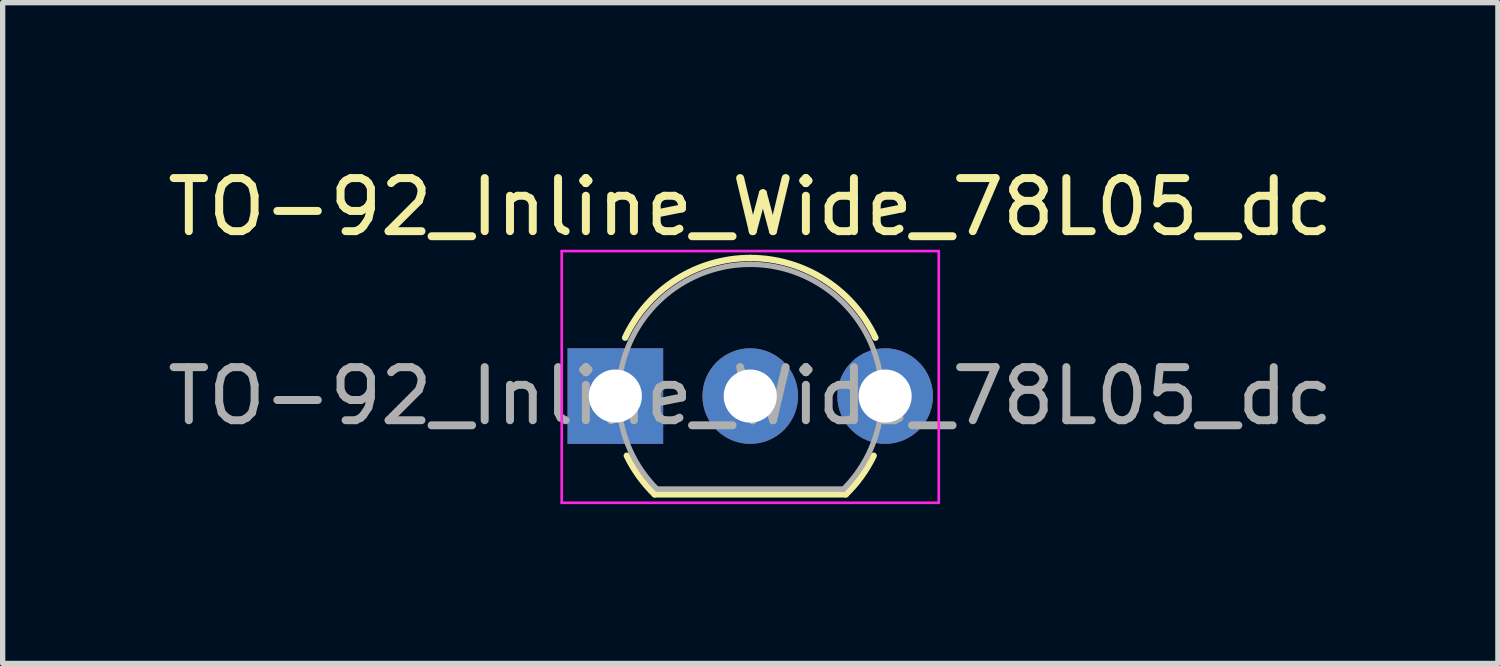
<source format=kicad_pcb>
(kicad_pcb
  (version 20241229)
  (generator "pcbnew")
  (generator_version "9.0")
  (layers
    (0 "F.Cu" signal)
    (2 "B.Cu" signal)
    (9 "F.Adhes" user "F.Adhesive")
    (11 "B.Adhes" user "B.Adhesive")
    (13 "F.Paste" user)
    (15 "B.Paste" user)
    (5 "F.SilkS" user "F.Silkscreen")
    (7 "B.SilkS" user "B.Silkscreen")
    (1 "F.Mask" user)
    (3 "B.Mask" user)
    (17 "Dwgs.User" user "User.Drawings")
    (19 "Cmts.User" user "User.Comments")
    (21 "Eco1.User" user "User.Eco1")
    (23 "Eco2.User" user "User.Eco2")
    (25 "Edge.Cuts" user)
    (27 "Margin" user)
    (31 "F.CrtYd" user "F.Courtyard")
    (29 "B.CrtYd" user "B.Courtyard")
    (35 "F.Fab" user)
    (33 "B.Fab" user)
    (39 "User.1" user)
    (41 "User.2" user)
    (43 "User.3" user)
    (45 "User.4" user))
  (footprint "TO-92_Inline_Wide_78L05_dc"
    (layer "F.Cu")
    (at 8.537 4.408)
    (property "Reference" "TO-92_Inline_Wide_78L05_dc" (at 2.54 -3.56 0) (layer "F.SilkS") (effects (font (size 1 1) (thickness 0.15))))
    (attr through_hole)
    (fp_line (start 0.74 1.85) (end 4.34 1.85) (stroke (width 0.12) (type solid)) (layer "F.SilkS"))
    (fp_arc (start 0.1836 -1.098807) (mid 1.143021 -2.192817) (end 2.54 -2.6) (stroke (width 0.12) (type solid)) (layer "F.SilkS"))
    (fp_arc (start 0.74 1.85) (mid 0.446097 1.509328) (end 0.215816 1.122795) (stroke (width 0.12) (type solid)) (layer "F.SilkS"))
    (fp_arc (start 2.54 -2.6) (mid 3.936979 -2.192818) (end 4.8964 -1.098807) (stroke (width 0.12) (type solid)) (layer "F.SilkS"))
    (fp_arc (start 4.864184 1.122795) (mid 4.633903 1.509328) (end 4.34 1.85) (stroke (width 0.12) (type solid)) (layer "F.SilkS"))
    (fp_line (start -1.01 -2.73) (end -1.01 2.01) (stroke (width 0.05) (type solid)) (layer "F.CrtYd"))
    (fp_line (start -1.01 -2.73) (end 6.09 -2.73) (stroke (width 0.05) (type solid)) (layer "F.CrtYd"))
    (fp_line (start 6.09 2.01) (end -1.01 2.01) (stroke (width 0.05) (type solid)) (layer "F.CrtYd"))
    (fp_line (start 6.09 2.01) (end 6.09 -2.73) (stroke (width 0.05) (type solid)) (layer "F.CrtYd"))
    (fp_line (start 0.8 1.75) (end 4.3 1.75) (stroke (width 0.1) (type solid)) (layer "F.Fab"))
    (fp_arc (start 0.786375 1.753625) (mid 0.248779 -0.949055) (end 2.54 -2.48) (stroke (width 0.1) (type solid)) (layer "F.Fab"))
    (fp_arc (start 2.54 -2.48) (mid 4.831221 -0.949055) (end 4.293625 1.753625) (stroke (width 0.1) (type solid)) (layer "F.Fab"))
    (fp_text user "${REFERENCE}" (at 2.54 0 0) (layer "F.Fab") (effects (font (size 1 1) (thickness 0.15))))
    (pad "1" thru_hole rect (at 0 0) (size 1.8 1.8) (drill 1) (layers "*.Cu" "*.Mask"))
    (pad "2" thru_hole circle (at 2.54 0) (size 1.8 1.8) (drill 1) (layers "*.Cu" "*.Mask"))
    (pad "3" thru_hole circle (at 5.08 0) (size 1.8 1.8) (drill 1) (layers "*.Cu" "*.Mask")))
  (gr_rect
    (start -3 -3)
    (end 25.155 9.443)
    (stroke (width 0.1) (type default))
    (fill no)
    (layer "Edge.Cuts")))
</source>
